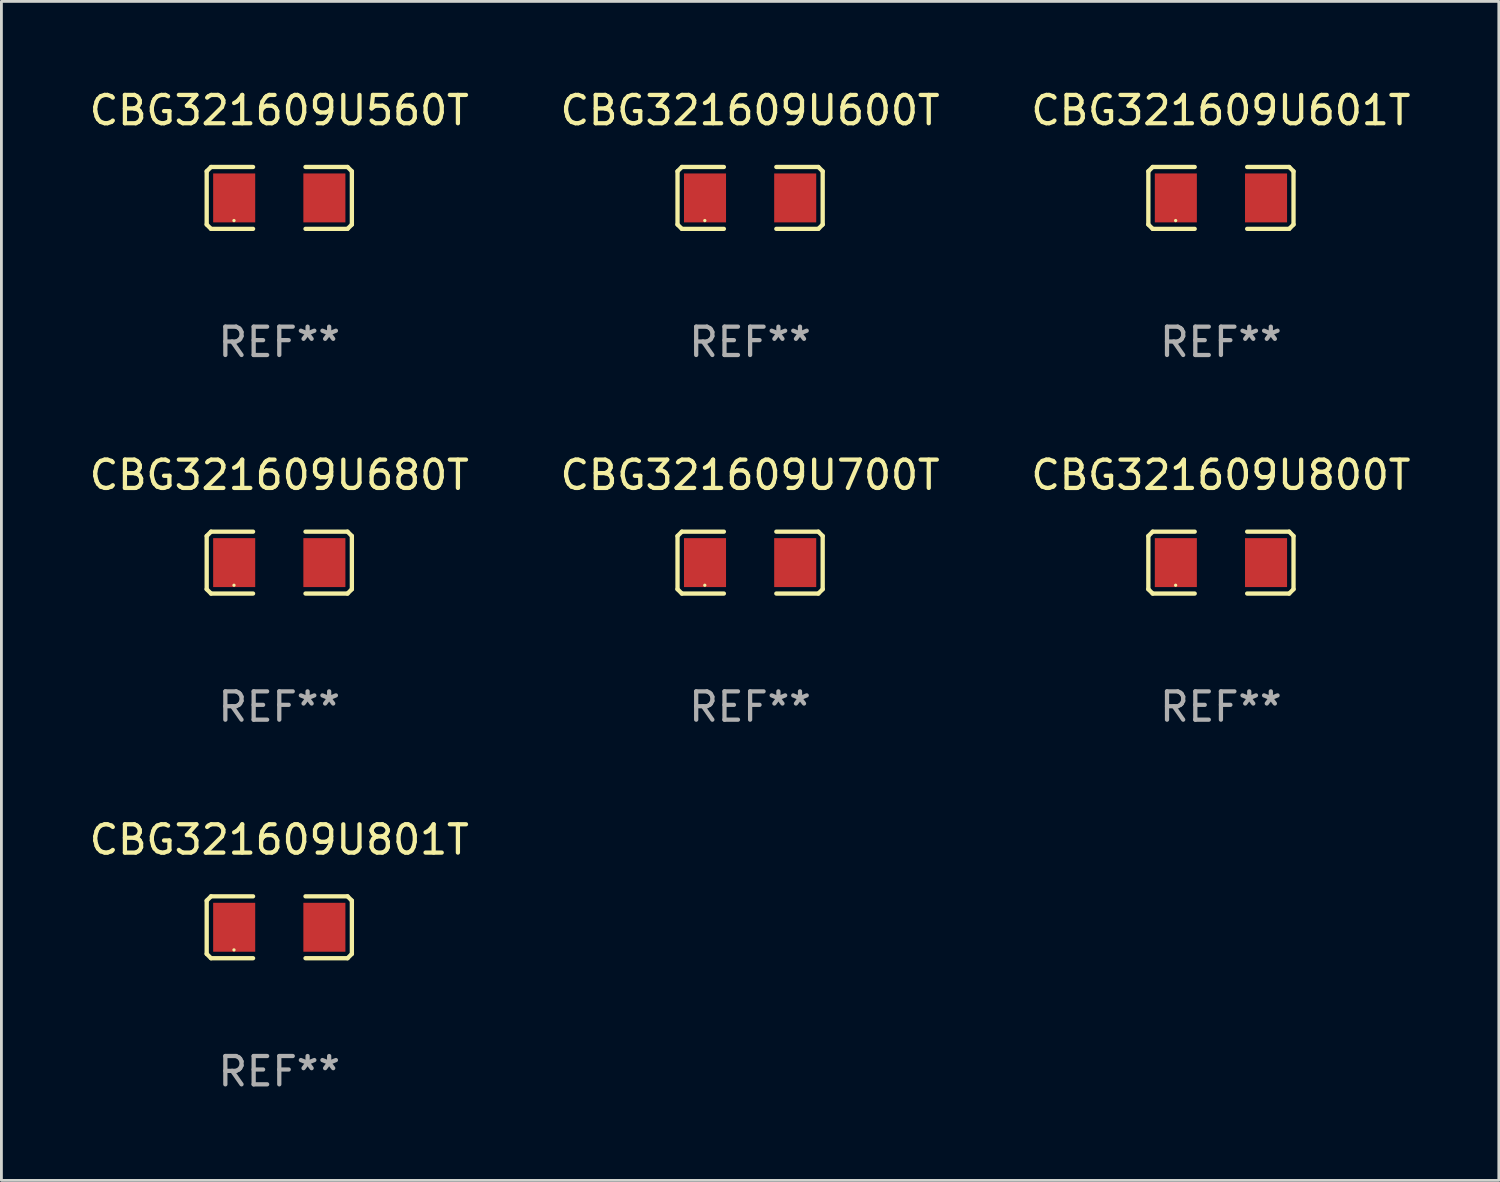
<source format=kicad_pcb>
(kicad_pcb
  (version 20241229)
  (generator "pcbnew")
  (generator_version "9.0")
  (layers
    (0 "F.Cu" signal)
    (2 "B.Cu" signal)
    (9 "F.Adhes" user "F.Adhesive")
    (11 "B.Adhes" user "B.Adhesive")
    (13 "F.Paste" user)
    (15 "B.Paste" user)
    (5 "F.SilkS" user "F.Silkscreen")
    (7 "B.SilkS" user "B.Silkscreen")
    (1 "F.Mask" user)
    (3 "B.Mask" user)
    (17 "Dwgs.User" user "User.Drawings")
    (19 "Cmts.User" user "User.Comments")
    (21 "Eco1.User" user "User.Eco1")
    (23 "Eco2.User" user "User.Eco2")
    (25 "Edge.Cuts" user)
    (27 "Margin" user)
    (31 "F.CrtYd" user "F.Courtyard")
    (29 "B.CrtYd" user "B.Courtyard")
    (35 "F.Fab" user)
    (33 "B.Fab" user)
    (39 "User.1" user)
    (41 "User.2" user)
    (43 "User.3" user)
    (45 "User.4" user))
  (footprint "CBG321609U560T"
    (layer "F.Cu")
    (at 6.815 3.941)
    (property "Reference" "CBG321609U560T" (at 0 -3.093 0) (layer "F.SilkS") (effects (font (size 1 1) (thickness 0.15))))
    (attr through_hole)
    (fp_line (start -2.564 -0.94) (end -2.411 -1.093) (stroke (width 0.152) (type solid)) (layer "F.SilkS"))
    (fp_line (start -2.564 0.94) (end -2.564 -0.94) (stroke (width 0.152) (type solid)) (layer "F.SilkS"))
    (fp_line (start -2.411 -1.093) (end -0.926 -1.093) (stroke (width 0.152) (type solid)) (layer "F.SilkS"))
    (fp_line (start -2.411 1.093) (end -2.564 0.94) (stroke (width 0.152) (type solid)) (layer "F.SilkS"))
    (fp_line (start -0.926 1.093) (end -2.411 1.093) (stroke (width 0.152) (type solid)) (layer "F.SilkS"))
    (fp_line (start 0.926 1.093) (end 2.411 1.093) (stroke (width 0.152) (type solid)) (layer "F.SilkS"))
    (fp_line (start 2.411 -1.093) (end 0.926 -1.093) (stroke (width 0.152) (type solid)) (layer "F.SilkS"))
    (fp_line (start 2.411 1.093) (end 2.564 0.94) (stroke (width 0.152) (type solid)) (layer "F.SilkS"))
    (fp_line (start 2.564 -0.94) (end 2.411 -1.093) (stroke (width 0.152) (type solid)) (layer "F.SilkS"))
    (fp_line (start 2.564 0.94) (end 2.564 -0.94) (stroke (width 0.152) (type solid)) (layer "F.SilkS"))
    (fp_circle (center -1.6 0.8) (end -1.57 0.8) (stroke (width 0.06) (type solid)) (fill no) (layer "F.SilkS"))
    (fp_text user "REF**" (at 0 5.093 0) (layer "F.Fab") (effects (font (size 1 1) (thickness 0.15))))
    (pad "1" smd rect (at -1.593 0) (size 1.485 1.728) (layers "F.Cu" "F.Mask" "F.Paste"))
    (pad "2" smd rect (at 1.593 0) (size 1.485 1.728) (layers "F.Cu" "F.Mask" "F.Paste")))
  (footprint "CBG321609U800T"
    (layer "F.Cu")
    (at 40.077 16.823)
    (property "Reference" "CBG321609U800T" (at 0 -3.093 0) (layer "F.SilkS") (effects (font (size 1 1) (thickness 0.15))))
    (attr through_hole)
    (fp_line (start -2.564 -0.94) (end -2.411 -1.093) (stroke (width 0.152) (type solid)) (layer "F.SilkS"))
    (fp_line (start -2.564 0.94) (end -2.564 -0.94) (stroke (width 0.152) (type solid)) (layer "F.SilkS"))
    (fp_line (start -2.411 -1.093) (end -0.926 -1.093) (stroke (width 0.152) (type solid)) (layer "F.SilkS"))
    (fp_line (start -2.411 1.093) (end -2.564 0.94) (stroke (width 0.152) (type solid)) (layer "F.SilkS"))
    (fp_line (start -0.926 1.093) (end -2.411 1.093) (stroke (width 0.152) (type solid)) (layer "F.SilkS"))
    (fp_line (start 0.926 1.093) (end 2.411 1.093) (stroke (width 0.152) (type solid)) (layer "F.SilkS"))
    (fp_line (start 2.411 -1.093) (end 0.926 -1.093) (stroke (width 0.152) (type solid)) (layer "F.SilkS"))
    (fp_line (start 2.411 1.093) (end 2.564 0.94) (stroke (width 0.152) (type solid)) (layer "F.SilkS"))
    (fp_line (start 2.564 -0.94) (end 2.411 -1.093) (stroke (width 0.152) (type solid)) (layer "F.SilkS"))
    (fp_line (start 2.564 0.94) (end 2.564 -0.94) (stroke (width 0.152) (type solid)) (layer "F.SilkS"))
    (fp_circle (center -1.6 0.8) (end -1.57 0.8) (stroke (width 0.06) (type solid)) (fill no) (layer "F.SilkS"))
    (fp_text user "REF**" (at 0 5.093 0) (layer "F.Fab") (effects (font (size 1 1) (thickness 0.15))))
    (pad "1" smd rect (at -1.593 0) (size 1.485 1.728) (layers "F.Cu" "F.Mask" "F.Paste"))
    (pad "2" smd rect (at 1.593 0) (size 1.485 1.728) (layers "F.Cu" "F.Mask" "F.Paste")))
  (footprint "CBG321609U801T"
    (layer "F.Cu")
    (at 6.815 29.704)
    (property "Reference" "CBG321609U801T" (at 0 -3.093 0) (layer "F.SilkS") (effects (font (size 1 1) (thickness 0.15))))
    (attr through_hole)
    (fp_line (start -2.564 -0.94) (end -2.411 -1.093) (stroke (width 0.152) (type solid)) (layer "F.SilkS"))
    (fp_line (start -2.564 0.94) (end -2.564 -0.94) (stroke (width 0.152) (type solid)) (layer "F.SilkS"))
    (fp_line (start -2.411 -1.093) (end -0.926 -1.093) (stroke (width 0.152) (type solid)) (layer "F.SilkS"))
    (fp_line (start -2.411 1.093) (end -2.564 0.94) (stroke (width 0.152) (type solid)) (layer "F.SilkS"))
    (fp_line (start -0.926 1.093) (end -2.411 1.093) (stroke (width 0.152) (type solid)) (layer "F.SilkS"))
    (fp_line (start 0.926 1.093) (end 2.411 1.093) (stroke (width 0.152) (type solid)) (layer "F.SilkS"))
    (fp_line (start 2.411 -1.093) (end 0.926 -1.093) (stroke (width 0.152) (type solid)) (layer "F.SilkS"))
    (fp_line (start 2.411 1.093) (end 2.564 0.94) (stroke (width 0.152) (type solid)) (layer "F.SilkS"))
    (fp_line (start 2.564 -0.94) (end 2.411 -1.093) (stroke (width 0.152) (type solid)) (layer "F.SilkS"))
    (fp_line (start 2.564 0.94) (end 2.564 -0.94) (stroke (width 0.152) (type solid)) (layer "F.SilkS"))
    (fp_circle (center -1.6 0.8) (end -1.57 0.8) (stroke (width 0.06) (type solid)) (fill no) (layer "F.SilkS"))
    (fp_text user "REF**" (at 0 5.093 0) (layer "F.Fab") (effects (font (size 1 1) (thickness 0.15))))
    (pad "1" smd rect (at -1.593 0) (size 1.485 1.728) (layers "F.Cu" "F.Mask" "F.Paste"))
    (pad "2" smd rect (at 1.593 0) (size 1.485 1.728) (layers "F.Cu" "F.Mask" "F.Paste")))
  (footprint "CBG321609U700T"
    (layer "F.Cu")
    (at 23.446 16.823)
    (property "Reference" "CBG321609U700T" (at 0 -3.093 0) (layer "F.SilkS") (effects (font (size 1 1) (thickness 0.15))))
    (attr through_hole)
    (fp_line (start -2.564 -0.94) (end -2.411 -1.093) (stroke (width 0.152) (type solid)) (layer "F.SilkS"))
    (fp_line (start -2.564 0.94) (end -2.564 -0.94) (stroke (width 0.152) (type solid)) (layer "F.SilkS"))
    (fp_line (start -2.411 -1.093) (end -0.926 -1.093) (stroke (width 0.152) (type solid)) (layer "F.SilkS"))
    (fp_line (start -2.411 1.093) (end -2.564 0.94) (stroke (width 0.152) (type solid)) (layer "F.SilkS"))
    (fp_line (start -0.926 1.093) (end -2.411 1.093) (stroke (width 0.152) (type solid)) (layer "F.SilkS"))
    (fp_line (start 0.926 1.093) (end 2.411 1.093) (stroke (width 0.152) (type solid)) (layer "F.SilkS"))
    (fp_line (start 2.411 -1.093) (end 0.926 -1.093) (stroke (width 0.152) (type solid)) (layer "F.SilkS"))
    (fp_line (start 2.411 1.093) (end 2.564 0.94) (stroke (width 0.152) (type solid)) (layer "F.SilkS"))
    (fp_line (start 2.564 -0.94) (end 2.411 -1.093) (stroke (width 0.152) (type solid)) (layer "F.SilkS"))
    (fp_line (start 2.564 0.94) (end 2.564 -0.94) (stroke (width 0.152) (type solid)) (layer "F.SilkS"))
    (fp_circle (center -1.6 0.8) (end -1.57 0.8) (stroke (width 0.06) (type solid)) (fill no) (layer "F.SilkS"))
    (fp_text user "REF**" (at 0 5.093 0) (layer "F.Fab") (effects (font (size 1 1) (thickness 0.15))))
    (pad "1" smd rect (at -1.593 0) (size 1.485 1.728) (layers "F.Cu" "F.Mask" "F.Paste"))
    (pad "2" smd rect (at 1.593 0) (size 1.485 1.728) (layers "F.Cu" "F.Mask" "F.Paste")))
  (footprint "CBG321609U600T"
    (layer "F.Cu")
    (at 23.446 3.941)
    (property "Reference" "CBG321609U600T" (at 0 -3.093 0) (layer "F.SilkS") (effects (font (size 1 1) (thickness 0.15))))
    (attr through_hole)
    (fp_line (start -2.564 -0.94) (end -2.411 -1.093) (stroke (width 0.152) (type solid)) (layer "F.SilkS"))
    (fp_line (start -2.564 0.94) (end -2.564 -0.94) (stroke (width 0.152) (type solid)) (layer "F.SilkS"))
    (fp_line (start -2.411 -1.093) (end -0.926 -1.093) (stroke (width 0.152) (type solid)) (layer "F.SilkS"))
    (fp_line (start -2.411 1.093) (end -2.564 0.94) (stroke (width 0.152) (type solid)) (layer "F.SilkS"))
    (fp_line (start -0.926 1.093) (end -2.411 1.093) (stroke (width 0.152) (type solid)) (layer "F.SilkS"))
    (fp_line (start 0.926 1.093) (end 2.411 1.093) (stroke (width 0.152) (type solid)) (layer "F.SilkS"))
    (fp_line (start 2.411 -1.093) (end 0.926 -1.093) (stroke (width 0.152) (type solid)) (layer "F.SilkS"))
    (fp_line (start 2.411 1.093) (end 2.564 0.94) (stroke (width 0.152) (type solid)) (layer "F.SilkS"))
    (fp_line (start 2.564 -0.94) (end 2.411 -1.093) (stroke (width 0.152) (type solid)) (layer "F.SilkS"))
    (fp_line (start 2.564 0.94) (end 2.564 -0.94) (stroke (width 0.152) (type solid)) (layer "F.SilkS"))
    (fp_circle (center -1.6 0.8) (end -1.57 0.8) (stroke (width 0.06) (type solid)) (fill no) (layer "F.SilkS"))
    (fp_text user "REF**" (at 0 5.093 0) (layer "F.Fab") (effects (font (size 1 1) (thickness 0.15))))
    (pad "1" smd rect (at -1.593 0) (size 1.485 1.728) (layers "F.Cu" "F.Mask" "F.Paste"))
    (pad "2" smd rect (at 1.593 0) (size 1.485 1.728) (layers "F.Cu" "F.Mask" "F.Paste")))
  (footprint "CBG321609U601T"
    (layer "F.Cu")
    (at 40.077 3.941)
    (property "Reference" "CBG321609U601T" (at 0 -3.093 0) (layer "F.SilkS") (effects (font (size 1 1) (thickness 0.15))))
    (attr through_hole)
    (fp_line (start -2.564 -0.94) (end -2.411 -1.093) (stroke (width 0.152) (type solid)) (layer "F.SilkS"))
    (fp_line (start -2.564 0.94) (end -2.564 -0.94) (stroke (width 0.152) (type solid)) (layer "F.SilkS"))
    (fp_line (start -2.411 -1.093) (end -0.926 -1.093) (stroke (width 0.152) (type solid)) (layer "F.SilkS"))
    (fp_line (start -2.411 1.093) (end -2.564 0.94) (stroke (width 0.152) (type solid)) (layer "F.SilkS"))
    (fp_line (start -0.926 1.093) (end -2.411 1.093) (stroke (width 0.152) (type solid)) (layer "F.SilkS"))
    (fp_line (start 0.926 1.093) (end 2.411 1.093) (stroke (width 0.152) (type solid)) (layer "F.SilkS"))
    (fp_line (start 2.411 -1.093) (end 0.926 -1.093) (stroke (width 0.152) (type solid)) (layer "F.SilkS"))
    (fp_line (start 2.411 1.093) (end 2.564 0.94) (stroke (width 0.152) (type solid)) (layer "F.SilkS"))
    (fp_line (start 2.564 -0.94) (end 2.411 -1.093) (stroke (width 0.152) (type solid)) (layer "F.SilkS"))
    (fp_line (start 2.564 0.94) (end 2.564 -0.94) (stroke (width 0.152) (type solid)) (layer "F.SilkS"))
    (fp_circle (center -1.6 0.8) (end -1.57 0.8) (stroke (width 0.06) (type solid)) (fill no) (layer "F.SilkS"))
    (fp_text user "REF**" (at 0 5.093 0) (layer "F.Fab") (effects (font (size 1 1) (thickness 0.15))))
    (pad "1" smd rect (at -1.593 0) (size 1.485 1.728) (layers "F.Cu" "F.Mask" "F.Paste"))
    (pad "2" smd rect (at 1.593 0) (size 1.485 1.728) (layers "F.Cu" "F.Mask" "F.Paste")))
  (footprint "CBG321609U680T"
    (layer "F.Cu")
    (at 6.815 16.823)
    (property "Reference" "CBG321609U680T" (at 0 -3.093 0) (layer "F.SilkS") (effects (font (size 1 1) (thickness 0.15))))
    (attr through_hole)
    (fp_line (start -2.564 -0.94) (end -2.411 -1.093) (stroke (width 0.152) (type solid)) (layer "F.SilkS"))
    (fp_line (start -2.564 0.94) (end -2.564 -0.94) (stroke (width 0.152) (type solid)) (layer "F.SilkS"))
    (fp_line (start -2.411 -1.093) (end -0.926 -1.093) (stroke (width 0.152) (type solid)) (layer "F.SilkS"))
    (fp_line (start -2.411 1.093) (end -2.564 0.94) (stroke (width 0.152) (type solid)) (layer "F.SilkS"))
    (fp_line (start -0.926 1.093) (end -2.411 1.093) (stroke (width 0.152) (type solid)) (layer "F.SilkS"))
    (fp_line (start 0.926 1.093) (end 2.411 1.093) (stroke (width 0.152) (type solid)) (layer "F.SilkS"))
    (fp_line (start 2.411 -1.093) (end 0.926 -1.093) (stroke (width 0.152) (type solid)) (layer "F.SilkS"))
    (fp_line (start 2.411 1.093) (end 2.564 0.94) (stroke (width 0.152) (type solid)) (layer "F.SilkS"))
    (fp_line (start 2.564 -0.94) (end 2.411 -1.093) (stroke (width 0.152) (type solid)) (layer "F.SilkS"))
    (fp_line (start 2.564 0.94) (end 2.564 -0.94) (stroke (width 0.152) (type solid)) (layer "F.SilkS"))
    (fp_circle (center -1.6 0.8) (end -1.57 0.8) (stroke (width 0.06) (type solid)) (fill no) (layer "F.SilkS"))
    (fp_text user "REF**" (at 0 5.093 0) (layer "F.Fab") (effects (font (size 1 1) (thickness 0.15))))
    (pad "1" smd rect (at -1.593 0) (size 1.485 1.728) (layers "F.Cu" "F.Mask" "F.Paste"))
    (pad "2" smd rect (at 1.593 0) (size 1.485 1.728) (layers "F.Cu" "F.Mask" "F.Paste")))
  (gr_rect
    (start -3 -3)
    (end 49.893 38.645)
    (stroke (width 0.1) (type default))
    (fill no)
    (layer "Edge.Cuts")))
</source>
